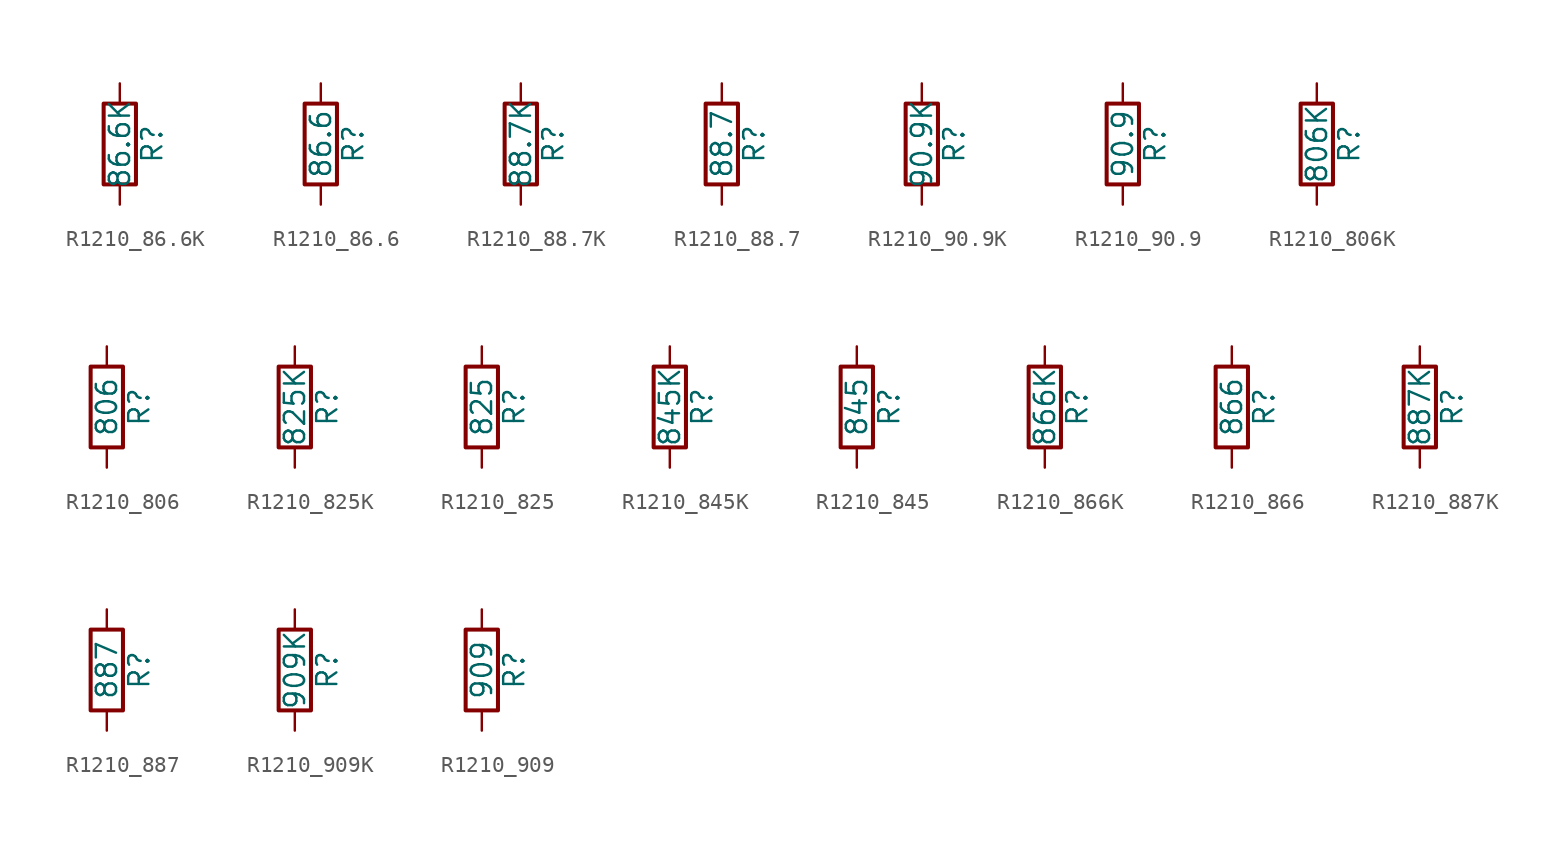
<source format=kicad_sym>
(kicad_symbol_lib
  (version 20211014)
  (generator atlantix-eda)
  (symbol "R1210_86.6K"
    (pin_numbers hide)
    (pin_names
      (offset 0))
    (property "Reference" "R"
      (at 2.032 0 90)
      (effects (font (size 1.27 1.27))))
    (property "Value" "86.6K"
      (at 0 0 90)
      (effects (font (size 1.27 1.27))))
    (symbol "R1210_86.6K_0_1"
      (rectangle (start -1.016 -2.54) (end 1.016 2.54) (stroke (width 0.254) (type default) (color 0 0 0 0)) (fill (type none))))
    (symbol "R1210_86.6K_1_1"
      (pin passive line (at 0 3.81 270) (length 1.27) (name "~" (effects (font (size 1.27 1.27)))) (number "1" (effects (font (size 1.27 1.27)))))
      (pin passive line (at 0 -3.81 90) (length 1.27) (name "~" (effects (font (size 1.27 1.27)))) (number "2" (effects (font (size 1.27 1.27)))))))
  (symbol "R1210_86.6"
    (pin_numbers hide)
    (pin_names
      (offset 0))
    (property "Reference" "R"
      (at 2.032 0 90)
      (effects (font (size 1.27 1.27))))
    (property "Value" "86.6"
      (at 0 0 90)
      (effects (font (size 1.27 1.27))))
    (symbol "R1210_86.6_0_1"
      (rectangle (start -1.016 -2.54) (end 1.016 2.54) (stroke (width 0.254) (type default) (color 0 0 0 0)) (fill (type none))))
    (symbol "R1210_86.6_1_1"
      (pin passive line (at 0 3.81 270) (length 1.27) (name "~" (effects (font (size 1.27 1.27)))) (number "1" (effects (font (size 1.27 1.27)))))
      (pin passive line (at 0 -3.81 90) (length 1.27) (name "~" (effects (font (size 1.27 1.27)))) (number "2" (effects (font (size 1.27 1.27)))))))
  (symbol "R1210_88.7K"
    (pin_numbers hide)
    (pin_names
      (offset 0))
    (property "Reference" "R"
      (at 2.032 0 90)
      (effects (font (size 1.27 1.27))))
    (property "Value" "88.7K"
      (at 0 0 90)
      (effects (font (size 1.27 1.27))))
    (symbol "R1210_88.7K_0_1"
      (rectangle (start -1.016 -2.54) (end 1.016 2.54) (stroke (width 0.254) (type default) (color 0 0 0 0)) (fill (type none))))
    (symbol "R1210_88.7K_1_1"
      (pin passive line (at 0 3.81 270) (length 1.27) (name "~" (effects (font (size 1.27 1.27)))) (number "1" (effects (font (size 1.27 1.27)))))
      (pin passive line (at 0 -3.81 90) (length 1.27) (name "~" (effects (font (size 1.27 1.27)))) (number "2" (effects (font (size 1.27 1.27)))))))
  (symbol "R1210_88.7"
    (pin_numbers hide)
    (pin_names
      (offset 0))
    (property "Reference" "R"
      (at 2.032 0 90)
      (effects (font (size 1.27 1.27))))
    (property "Value" "88.7"
      (at 0 0 90)
      (effects (font (size 1.27 1.27))))
    (symbol "R1210_88.7_0_1"
      (rectangle (start -1.016 -2.54) (end 1.016 2.54) (stroke (width 0.254) (type default) (color 0 0 0 0)) (fill (type none))))
    (symbol "R1210_88.7_1_1"
      (pin passive line (at 0 3.81 270) (length 1.27) (name "~" (effects (font (size 1.27 1.27)))) (number "1" (effects (font (size 1.27 1.27)))))
      (pin passive line (at 0 -3.81 90) (length 1.27) (name "~" (effects (font (size 1.27 1.27)))) (number "2" (effects (font (size 1.27 1.27)))))))
  (symbol "R1210_90.9K"
    (pin_numbers hide)
    (pin_names
      (offset 0))
    (property "Reference" "R"
      (at 2.032 0 90)
      (effects (font (size 1.27 1.27))))
    (property "Value" "90.9K"
      (at 0 0 90)
      (effects (font (size 1.27 1.27))))
    (symbol "R1210_90.9K_0_1"
      (rectangle (start -1.016 -2.54) (end 1.016 2.54) (stroke (width 0.254) (type default) (color 0 0 0 0)) (fill (type none))))
    (symbol "R1210_90.9K_1_1"
      (pin passive line (at 0 3.81 270) (length 1.27) (name "~" (effects (font (size 1.27 1.27)))) (number "1" (effects (font (size 1.27 1.27)))))
      (pin passive line (at 0 -3.81 90) (length 1.27) (name "~" (effects (font (size 1.27 1.27)))) (number "2" (effects (font (size 1.27 1.27)))))))
  (symbol "R1210_90.9"
    (pin_numbers hide)
    (pin_names
      (offset 0))
    (property "Reference" "R"
      (at 2.032 0 90)
      (effects (font (size 1.27 1.27))))
    (property "Value" "90.9"
      (at 0 0 90)
      (effects (font (size 1.27 1.27))))
    (symbol "R1210_90.9_0_1"
      (rectangle (start -1.016 -2.54) (end 1.016 2.54) (stroke (width 0.254) (type default) (color 0 0 0 0)) (fill (type none))))
    (symbol "R1210_90.9_1_1"
      (pin passive line (at 0 3.81 270) (length 1.27) (name "~" (effects (font (size 1.27 1.27)))) (number "1" (effects (font (size 1.27 1.27)))))
      (pin passive line (at 0 -3.81 90) (length 1.27) (name "~" (effects (font (size 1.27 1.27)))) (number "2" (effects (font (size 1.27 1.27)))))))
  (symbol "R1210_806K"
    (pin_numbers hide)
    (pin_names
      (offset 0))
    (property "Reference" "R"
      (at 2.032 0 90)
      (effects (font (size 1.27 1.27))))
    (property "Value" "806K"
      (at 0 0 90)
      (effects (font (size 1.27 1.27))))
    (symbol "R1210_806K_0_1"
      (rectangle (start -1.016 -2.54) (end 1.016 2.54) (stroke (width 0.254) (type default) (color 0 0 0 0)) (fill (type none))))
    (symbol "R1210_806K_1_1"
      (pin passive line (at 0 3.81 270) (length 1.27) (name "~" (effects (font (size 1.27 1.27)))) (number "1" (effects (font (size 1.27 1.27)))))
      (pin passive line (at 0 -3.81 90) (length 1.27) (name "~" (effects (font (size 1.27 1.27)))) (number "2" (effects (font (size 1.27 1.27)))))))
  (symbol "R1210_806"
    (pin_numbers hide)
    (pin_names
      (offset 0))
    (property "Reference" "R"
      (at 2.032 0 90)
      (effects (font (size 1.27 1.27))))
    (property "Value" "806"
      (at 0 0 90)
      (effects (font (size 1.27 1.27))))
    (symbol "R1210_806_0_1"
      (rectangle (start -1.016 -2.54) (end 1.016 2.54) (stroke (width 0.254) (type default) (color 0 0 0 0)) (fill (type none))))
    (symbol "R1210_806_1_1"
      (pin passive line (at 0 3.81 270) (length 1.27) (name "~" (effects (font (size 1.27 1.27)))) (number "1" (effects (font (size 1.27 1.27)))))
      (pin passive line (at 0 -3.81 90) (length 1.27) (name "~" (effects (font (size 1.27 1.27)))) (number "2" (effects (font (size 1.27 1.27)))))))
  (symbol "R1210_825K"
    (pin_numbers hide)
    (pin_names
      (offset 0))
    (property "Reference" "R"
      (at 2.032 0 90)
      (effects (font (size 1.27 1.27))))
    (property "Value" "825K"
      (at 0 0 90)
      (effects (font (size 1.27 1.27))))
    (symbol "R1210_825K_0_1"
      (rectangle (start -1.016 -2.54) (end 1.016 2.54) (stroke (width 0.254) (type default) (color 0 0 0 0)) (fill (type none))))
    (symbol "R1210_825K_1_1"
      (pin passive line (at 0 3.81 270) (length 1.27) (name "~" (effects (font (size 1.27 1.27)))) (number "1" (effects (font (size 1.27 1.27)))))
      (pin passive line (at 0 -3.81 90) (length 1.27) (name "~" (effects (font (size 1.27 1.27)))) (number "2" (effects (font (size 1.27 1.27)))))))
  (symbol "R1210_825"
    (pin_numbers hide)
    (pin_names
      (offset 0))
    (property "Reference" "R"
      (at 2.032 0 90)
      (effects (font (size 1.27 1.27))))
    (property "Value" "825"
      (at 0 0 90)
      (effects (font (size 1.27 1.27))))
    (symbol "R1210_825_0_1"
      (rectangle (start -1.016 -2.54) (end 1.016 2.54) (stroke (width 0.254) (type default) (color 0 0 0 0)) (fill (type none))))
    (symbol "R1210_825_1_1"
      (pin passive line (at 0 3.81 270) (length 1.27) (name "~" (effects (font (size 1.27 1.27)))) (number "1" (effects (font (size 1.27 1.27)))))
      (pin passive line (at 0 -3.81 90) (length 1.27) (name "~" (effects (font (size 1.27 1.27)))) (number "2" (effects (font (size 1.27 1.27)))))))
  (symbol "R1210_845K"
    (pin_numbers hide)
    (pin_names
      (offset 0))
    (property "Reference" "R"
      (at 2.032 0 90)
      (effects (font (size 1.27 1.27))))
    (property "Value" "845K"
      (at 0 0 90)
      (effects (font (size 1.27 1.27))))
    (symbol "R1210_845K_0_1"
      (rectangle (start -1.016 -2.54) (end 1.016 2.54) (stroke (width 0.254) (type default) (color 0 0 0 0)) (fill (type none))))
    (symbol "R1210_845K_1_1"
      (pin passive line (at 0 3.81 270) (length 1.27) (name "~" (effects (font (size 1.27 1.27)))) (number "1" (effects (font (size 1.27 1.27)))))
      (pin passive line (at 0 -3.81 90) (length 1.27) (name "~" (effects (font (size 1.27 1.27)))) (number "2" (effects (font (size 1.27 1.27)))))))
  (symbol "R1210_845"
    (pin_numbers hide)
    (pin_names
      (offset 0))
    (property "Reference" "R"
      (at 2.032 0 90)
      (effects (font (size 1.27 1.27))))
    (property "Value" "845"
      (at 0 0 90)
      (effects (font (size 1.27 1.27))))
    (symbol "R1210_845_0_1"
      (rectangle (start -1.016 -2.54) (end 1.016 2.54) (stroke (width 0.254) (type default) (color 0 0 0 0)) (fill (type none))))
    (symbol "R1210_845_1_1"
      (pin passive line (at 0 3.81 270) (length 1.27) (name "~" (effects (font (size 1.27 1.27)))) (number "1" (effects (font (size 1.27 1.27)))))
      (pin passive line (at 0 -3.81 90) (length 1.27) (name "~" (effects (font (size 1.27 1.27)))) (number "2" (effects (font (size 1.27 1.27)))))))
  (symbol "R1210_866K"
    (pin_numbers hide)
    (pin_names
      (offset 0))
    (property "Reference" "R"
      (at 2.032 0 90)
      (effects (font (size 1.27 1.27))))
    (property "Value" "866K"
      (at 0 0 90)
      (effects (font (size 1.27 1.27))))
    (symbol "R1210_866K_0_1"
      (rectangle (start -1.016 -2.54) (end 1.016 2.54) (stroke (width 0.254) (type default) (color 0 0 0 0)) (fill (type none))))
    (symbol "R1210_866K_1_1"
      (pin passive line (at 0 3.81 270) (length 1.27) (name "~" (effects (font (size 1.27 1.27)))) (number "1" (effects (font (size 1.27 1.27)))))
      (pin passive line (at 0 -3.81 90) (length 1.27) (name "~" (effects (font (size 1.27 1.27)))) (number "2" (effects (font (size 1.27 1.27)))))))
  (symbol "R1210_866"
    (pin_numbers hide)
    (pin_names
      (offset 0))
    (property "Reference" "R"
      (at 2.032 0 90)
      (effects (font (size 1.27 1.27))))
    (property "Value" "866"
      (at 0 0 90)
      (effects (font (size 1.27 1.27))))
    (symbol "R1210_866_0_1"
      (rectangle (start -1.016 -2.54) (end 1.016 2.54) (stroke (width 0.254) (type default) (color 0 0 0 0)) (fill (type none))))
    (symbol "R1210_866_1_1"
      (pin passive line (at 0 3.81 270) (length 1.27) (name "~" (effects (font (size 1.27 1.27)))) (number "1" (effects (font (size 1.27 1.27)))))
      (pin passive line (at 0 -3.81 90) (length 1.27) (name "~" (effects (font (size 1.27 1.27)))) (number "2" (effects (font (size 1.27 1.27)))))))
  (symbol "R1210_887K"
    (pin_numbers hide)
    (pin_names
      (offset 0))
    (property "Reference" "R"
      (at 2.032 0 90)
      (effects (font (size 1.27 1.27))))
    (property "Value" "887K"
      (at 0 0 90)
      (effects (font (size 1.27 1.27))))
    (symbol "R1210_887K_0_1"
      (rectangle (start -1.016 -2.54) (end 1.016 2.54) (stroke (width 0.254) (type default) (color 0 0 0 0)) (fill (type none))))
    (symbol "R1210_887K_1_1"
      (pin passive line (at 0 3.81 270) (length 1.27) (name "~" (effects (font (size 1.27 1.27)))) (number "1" (effects (font (size 1.27 1.27)))))
      (pin passive line (at 0 -3.81 90) (length 1.27) (name "~" (effects (font (size 1.27 1.27)))) (number "2" (effects (font (size 1.27 1.27)))))))
  (symbol "R1210_887"
    (pin_numbers hide)
    (pin_names
      (offset 0))
    (property "Reference" "R"
      (at 2.032 0 90)
      (effects (font (size 1.27 1.27))))
    (property "Value" "887"
      (at 0 0 90)
      (effects (font (size 1.27 1.27))))
    (symbol "R1210_887_0_1"
      (rectangle (start -1.016 -2.54) (end 1.016 2.54) (stroke (width 0.254) (type default) (color 0 0 0 0)) (fill (type none))))
    (symbol "R1210_887_1_1"
      (pin passive line (at 0 3.81 270) (length 1.27) (name "~" (effects (font (size 1.27 1.27)))) (number "1" (effects (font (size 1.27 1.27)))))
      (pin passive line (at 0 -3.81 90) (length 1.27) (name "~" (effects (font (size 1.27 1.27)))) (number "2" (effects (font (size 1.27 1.27)))))))
  (symbol "R1210_909K"
    (pin_numbers hide)
    (pin_names
      (offset 0))
    (property "Reference" "R"
      (at 2.032 0 90)
      (effects (font (size 1.27 1.27))))
    (property "Value" "909K"
      (at 0 0 90)
      (effects (font (size 1.27 1.27))))
    (symbol "R1210_909K_0_1"
      (rectangle (start -1.016 -2.54) (end 1.016 2.54) (stroke (width 0.254) (type default) (color 0 0 0 0)) (fill (type none))))
    (symbol "R1210_909K_1_1"
      (pin passive line (at 0 3.81 270) (length 1.27) (name "~" (effects (font (size 1.27 1.27)))) (number "1" (effects (font (size 1.27 1.27)))))
      (pin passive line (at 0 -3.81 90) (length 1.27) (name "~" (effects (font (size 1.27 1.27)))) (number "2" (effects (font (size 1.27 1.27)))))))
  (symbol "R1210_909"
    (pin_numbers hide)
    (pin_names
      (offset 0))
    (property "Reference" "R"
      (at 2.032 0 90)
      (effects (font (size 1.27 1.27))))
    (property "Value" "909"
      (at 0 0 90)
      (effects (font (size 1.27 1.27))))
    (symbol "R1210_909_0_1"
      (rectangle (start -1.016 -2.54) (end 1.016 2.54) (stroke (width 0.254) (type default) (color 0 0 0 0)) (fill (type none))))
    (symbol "R1210_909_1_1"
      (pin passive line (at 0 3.81 270) (length 1.27) (name "~" (effects (font (size 1.27 1.27)))) (number "1" (effects (font (size 1.27 1.27)))))
      (pin passive line (at 0 -3.81 90) (length 1.27) (name "~" (effects (font (size 1.27 1.27)))) (number "2" (effects (font (size 1.27 1.27))))))))
</source>
